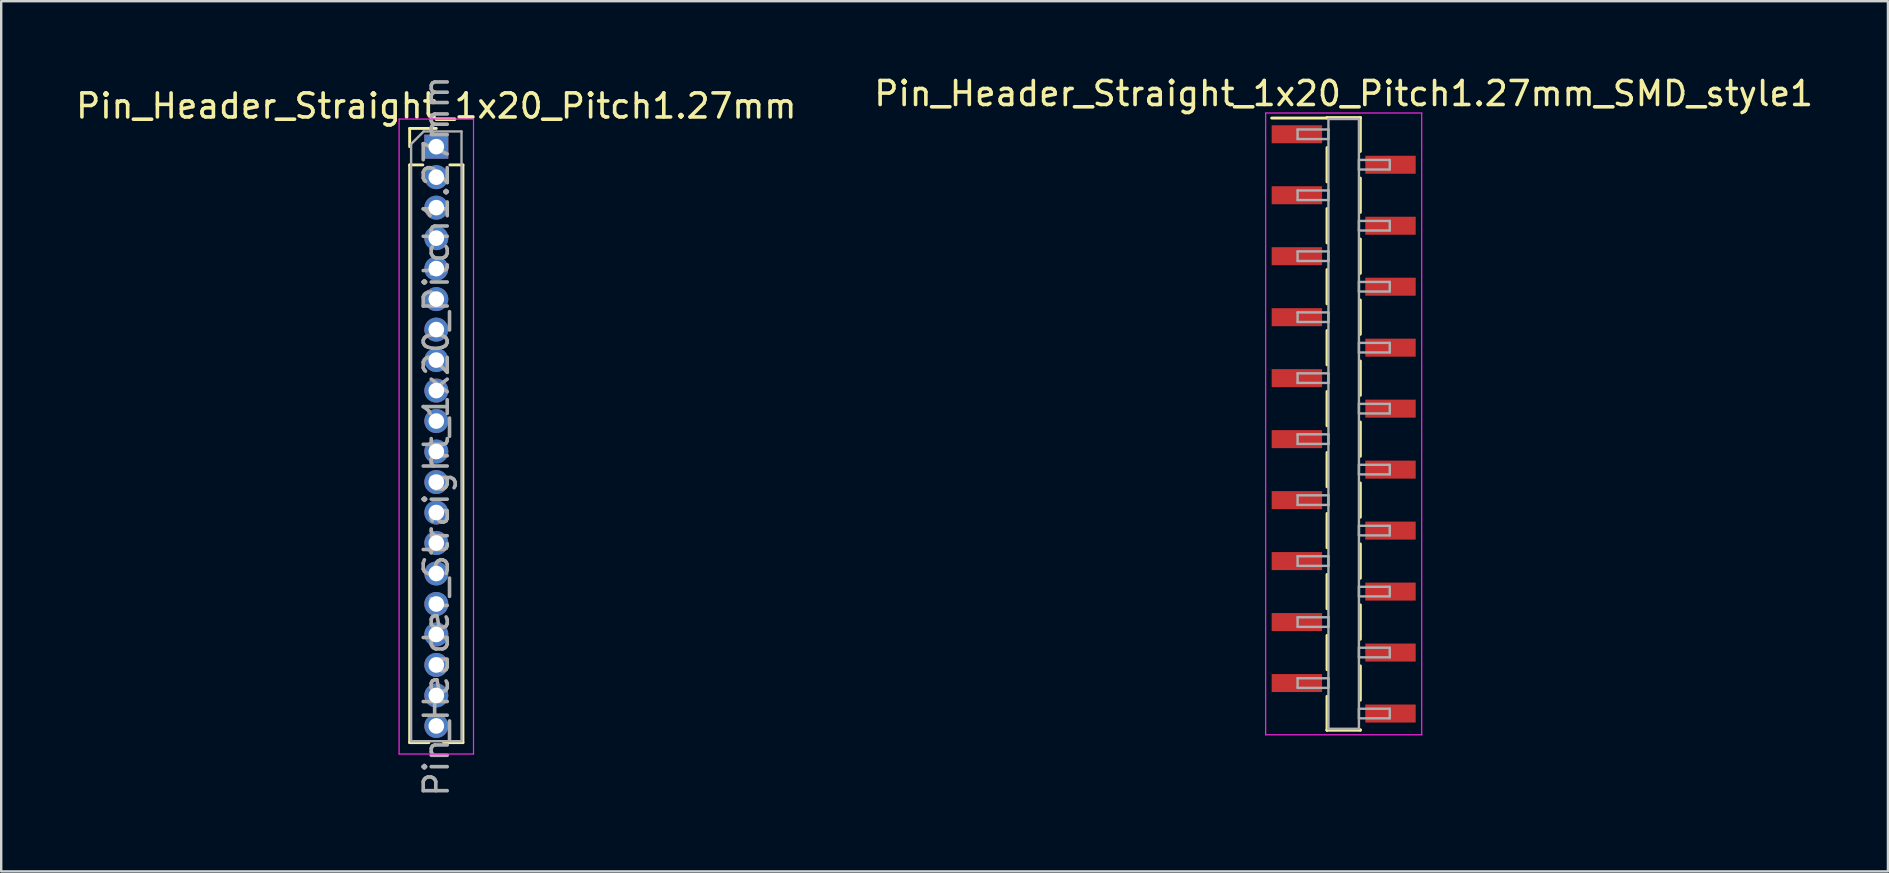
<source format=kicad_pcb>
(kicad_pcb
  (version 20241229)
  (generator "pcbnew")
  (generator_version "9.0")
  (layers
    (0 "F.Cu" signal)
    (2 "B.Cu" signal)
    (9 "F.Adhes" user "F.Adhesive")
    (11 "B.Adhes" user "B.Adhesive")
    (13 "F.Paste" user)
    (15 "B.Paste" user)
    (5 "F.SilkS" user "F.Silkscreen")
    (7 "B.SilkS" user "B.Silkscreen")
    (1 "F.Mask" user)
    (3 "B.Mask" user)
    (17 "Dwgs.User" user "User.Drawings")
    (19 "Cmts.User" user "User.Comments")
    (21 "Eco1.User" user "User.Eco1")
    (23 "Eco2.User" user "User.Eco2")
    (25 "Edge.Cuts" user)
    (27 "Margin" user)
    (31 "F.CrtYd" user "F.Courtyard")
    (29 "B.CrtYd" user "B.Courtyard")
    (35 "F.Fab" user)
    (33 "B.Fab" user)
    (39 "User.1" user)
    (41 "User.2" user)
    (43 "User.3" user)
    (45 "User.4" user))
  (footprint "Pin_Header_Straight_1x20_Pitch1.27mm_SMD_style1"
    (layer "F.Cu")
    (at 52.923 14.608)
    (property "Reference" "Pin_Header_Straight_1x20_Pitch1.27mm_SMD_style1" (at 0 -13.76 0) (layer "F.SilkS") (effects (font (size 1 1) (thickness 0.15))))
    (attr smd)
    (fp_line (start -0.695 -12.76) (end 0.695 -12.76) (stroke (width 0.12) (type solid)) (layer "F.SilkS"))
    (fp_line (start -0.695 -12.74) (end -3 -12.74) (stroke (width 0.12) (type solid)) (layer "F.SilkS"))
    (fp_line (start -0.695 -12.74) (end -0.695 -12.76) (stroke (width 0.12) (type solid)) (layer "F.SilkS"))
    (fp_line (start -0.695 -11.51) (end -0.695 -10.08) (stroke (width 0.12) (type solid)) (layer "F.SilkS"))
    (fp_line (start -0.695 -8.97) (end -0.695 -7.54) (stroke (width 0.12) (type solid)) (layer "F.SilkS"))
    (fp_line (start -0.695 -6.43) (end -0.695 -5) (stroke (width 0.12) (type solid)) (layer "F.SilkS"))
    (fp_line (start -0.695 -3.89) (end -0.695 -2.46) (stroke (width 0.12) (type solid)) (layer "F.SilkS"))
    (fp_line (start -0.695 -1.35) (end -0.695 0.08) (stroke (width 0.12) (type solid)) (layer "F.SilkS"))
    (fp_line (start -0.695 1.19) (end -0.695 2.62) (stroke (width 0.12) (type solid)) (layer "F.SilkS"))
    (fp_line (start -0.695 3.73) (end -0.695 5.16) (stroke (width 0.12) (type solid)) (layer "F.SilkS"))
    (fp_line (start -0.695 6.27) (end -0.695 7.7) (stroke (width 0.12) (type solid)) (layer "F.SilkS"))
    (fp_line (start -0.695 8.81) (end -0.695 10.24) (stroke (width 0.12) (type solid)) (layer "F.SilkS"))
    (fp_line (start -0.695 11.35) (end -0.695 12.76) (stroke (width 0.12) (type solid)) (layer "F.SilkS"))
    (fp_line (start -0.695 12.74) (end -0.695 12.76) (stroke (width 0.12) (type solid)) (layer "F.SilkS"))
    (fp_line (start -0.695 12.76) (end 0.695 12.76) (stroke (width 0.12) (type solid)) (layer "F.SilkS"))
    (fp_line (start 0.695 -12.76) (end 0.695 -12.74) (stroke (width 0.12) (type solid)) (layer "F.SilkS"))
    (fp_line (start 0.695 -12.76) (end 0.695 -11.35) (stroke (width 0.12) (type solid)) (layer "F.SilkS"))
    (fp_line (start 0.695 -10.24) (end 0.695 -8.81) (stroke (width 0.12) (type solid)) (layer "F.SilkS"))
    (fp_line (start 0.695 -7.7) (end 0.695 -6.27) (stroke (width 0.12) (type solid)) (layer "F.SilkS"))
    (fp_line (start 0.695 -5.16) (end 0.695 -3.73) (stroke (width 0.12) (type solid)) (layer "F.SilkS"))
    (fp_line (start 0.695 -2.62) (end 0.695 -1.19) (stroke (width 0.12) (type solid)) (layer "F.SilkS"))
    (fp_line (start 0.695 -0.08) (end 0.695 1.35) (stroke (width 0.12) (type solid)) (layer "F.SilkS"))
    (fp_line (start 0.695 2.46) (end 0.695 3.89) (stroke (width 0.12) (type solid)) (layer "F.SilkS"))
    (fp_line (start 0.695 5) (end 0.695 6.43) (stroke (width 0.12) (type solid)) (layer "F.SilkS"))
    (fp_line (start 0.695 7.54) (end 0.695 8.97) (stroke (width 0.12) (type solid)) (layer "F.SilkS"))
    (fp_line (start 0.695 10.08) (end 0.695 11.51) (stroke (width 0.12) (type solid)) (layer "F.SilkS"))
    (fp_line (start 0.695 12.76) (end 0.695 12.74) (stroke (width 0.12) (type solid)) (layer "F.SilkS"))
    (fp_line (start -3.25 -12.95) (end -3.25 12.95) (stroke (width 0.05) (type solid)) (layer "F.CrtYd"))
    (fp_line (start -3.25 12.95) (end 3.25 12.95) (stroke (width 0.05) (type solid)) (layer "F.CrtYd"))
    (fp_line (start 3.25 -12.95) (end -3.25 -12.95) (stroke (width 0.05) (type solid)) (layer "F.CrtYd"))
    (fp_line (start 3.25 12.95) (end 3.25 -12.95) (stroke (width 0.05) (type solid)) (layer "F.CrtYd"))
    (fp_line (start -1.92 -12.265) (end -0.635 -12.265) (stroke (width 0.1) (type solid)) (layer "F.Fab"))
    (fp_line (start -1.92 -11.865) (end -1.92 -12.265) (stroke (width 0.1) (type solid)) (layer "F.Fab"))
    (fp_line (start -1.92 -9.725) (end -0.635 -9.725) (stroke (width 0.1) (type solid)) (layer "F.Fab"))
    (fp_line (start -1.92 -9.325) (end -1.92 -9.725) (stroke (width 0.1) (type solid)) (layer "F.Fab"))
    (fp_line (start -1.92 -7.185) (end -0.635 -7.185) (stroke (width 0.1) (type solid)) (layer "F.Fab"))
    (fp_line (start -1.92 -6.785) (end -1.92 -7.185) (stroke (width 0.1) (type solid)) (layer "F.Fab"))
    (fp_line (start -1.92 -4.645) (end -0.635 -4.645) (stroke (width 0.1) (type solid)) (layer "F.Fab"))
    (fp_line (start -1.92 -4.245) (end -1.92 -4.645) (stroke (width 0.1) (type solid)) (layer "F.Fab"))
    (fp_line (start -1.92 -2.105) (end -0.635 -2.105) (stroke (width 0.1) (type solid)) (layer "F.Fab"))
    (fp_line (start -1.92 -1.705) (end -1.92 -2.105) (stroke (width 0.1) (type solid)) (layer "F.Fab"))
    (fp_line (start -1.92 0.435) (end -0.635 0.435) (stroke (width 0.1) (type solid)) (layer "F.Fab"))
    (fp_line (start -1.92 0.835) (end -1.92 0.435) (stroke (width 0.1) (type solid)) (layer "F.Fab"))
    (fp_line (start -1.92 2.975) (end -0.635 2.975) (stroke (width 0.1) (type solid)) (layer "F.Fab"))
    (fp_line (start -1.92 3.375) (end -1.92 2.975) (stroke (width 0.1) (type solid)) (layer "F.Fab"))
    (fp_line (start -1.92 5.515) (end -0.635 5.515) (stroke (width 0.1) (type solid)) (layer "F.Fab"))
    (fp_line (start -1.92 5.915) (end -1.92 5.515) (stroke (width 0.1) (type solid)) (layer "F.Fab"))
    (fp_line (start -1.92 8.055) (end -0.635 8.055) (stroke (width 0.1) (type solid)) (layer "F.Fab"))
    (fp_line (start -1.92 8.455) (end -1.92 8.055) (stroke (width 0.1) (type solid)) (layer "F.Fab"))
    (fp_line (start -1.92 10.595) (end -0.635 10.595) (stroke (width 0.1) (type solid)) (layer "F.Fab"))
    (fp_line (start -1.92 10.995) (end -1.92 10.595) (stroke (width 0.1) (type solid)) (layer "F.Fab"))
    (fp_line (start -0.635 -12.7) (end -0.635 12.7) (stroke (width 0.1) (type solid)) (layer "F.Fab"))
    (fp_line (start -0.635 -12.265) (end -0.635 -11.865) (stroke (width 0.1) (type solid)) (layer "F.Fab"))
    (fp_line (start -0.635 -11.865) (end -1.92 -11.865) (stroke (width 0.1) (type solid)) (layer "F.Fab"))
    (fp_line (start -0.635 -9.725) (end -0.635 -9.325) (stroke (width 0.1) (type solid)) (layer "F.Fab"))
    (fp_line (start -0.635 -9.325) (end -1.92 -9.325) (stroke (width 0.1) (type solid)) (layer "F.Fab"))
    (fp_line (start -0.635 -7.185) (end -0.635 -6.785) (stroke (width 0.1) (type solid)) (layer "F.Fab"))
    (fp_line (start -0.635 -6.785) (end -1.92 -6.785) (stroke (width 0.1) (type solid)) (layer "F.Fab"))
    (fp_line (start -0.635 -4.645) (end -0.635 -4.245) (stroke (width 0.1) (type solid)) (layer "F.Fab"))
    (fp_line (start -0.635 -4.245) (end -1.92 -4.245) (stroke (width 0.1) (type solid)) (layer "F.Fab"))
    (fp_line (start -0.635 -2.105) (end -0.635 -1.705) (stroke (width 0.1) (type solid)) (layer "F.Fab"))
    (fp_line (start -0.635 -1.705) (end -1.92 -1.705) (stroke (width 0.1) (type solid)) (layer "F.Fab"))
    (fp_line (start -0.635 0.435) (end -0.635 0.835) (stroke (width 0.1) (type solid)) (layer "F.Fab"))
    (fp_line (start -0.635 0.835) (end -1.92 0.835) (stroke (width 0.1) (type solid)) (layer "F.Fab"))
    (fp_line (start -0.635 2.975) (end -0.635 3.375) (stroke (width 0.1) (type solid)) (layer "F.Fab"))
    (fp_line (start -0.635 3.375) (end -1.92 3.375) (stroke (width 0.1) (type solid)) (layer "F.Fab"))
    (fp_line (start -0.635 5.515) (end -0.635 5.915) (stroke (width 0.1) (type solid)) (layer "F.Fab"))
    (fp_line (start -0.635 5.915) (end -1.92 5.915) (stroke (width 0.1) (type solid)) (layer "F.Fab"))
    (fp_line (start -0.635 8.055) (end -0.635 8.455) (stroke (width 0.1) (type solid)) (layer "F.Fab"))
    (fp_line (start -0.635 8.455) (end -1.92 8.455) (stroke (width 0.1) (type solid)) (layer "F.Fab"))
    (fp_line (start -0.635 10.595) (end -0.635 10.995) (stroke (width 0.1) (type solid)) (layer "F.Fab"))
    (fp_line (start -0.635 10.995) (end -1.92 10.995) (stroke (width 0.1) (type solid)) (layer "F.Fab"))
    (fp_line (start -0.635 12.7) (end 0.635 12.7) (stroke (width 0.1) (type solid)) (layer "F.Fab"))
    (fp_line (start 0.635 -12.7) (end -0.635 -12.7) (stroke (width 0.1) (type solid)) (layer "F.Fab"))
    (fp_line (start 0.635 -10.995) (end 0.635 -10.595) (stroke (width 0.1) (type solid)) (layer "F.Fab"))
    (fp_line (start 0.635 -10.595) (end 1.92 -10.595) (stroke (width 0.1) (type solid)) (layer "F.Fab"))
    (fp_line (start 0.635 -8.455) (end 0.635 -8.055) (stroke (width 0.1) (type solid)) (layer "F.Fab"))
    (fp_line (start 0.635 -8.055) (end 1.92 -8.055) (stroke (width 0.1) (type solid)) (layer "F.Fab"))
    (fp_line (start 0.635 -5.915) (end 0.635 -5.515) (stroke (width 0.1) (type solid)) (layer "F.Fab"))
    (fp_line (start 0.635 -5.515) (end 1.92 -5.515) (stroke (width 0.1) (type solid)) (layer "F.Fab"))
    (fp_line (start 0.635 -3.375) (end 0.635 -2.975) (stroke (width 0.1) (type solid)) (layer "F.Fab"))
    (fp_line (start 0.635 -2.975) (end 1.92 -2.975) (stroke (width 0.1) (type solid)) (layer "F.Fab"))
    (fp_line (start 0.635 -0.835) (end 0.635 -0.435) (stroke (width 0.1) (type solid)) (layer "F.Fab"))
    (fp_line (start 0.635 -0.435) (end 1.92 -0.435) (stroke (width 0.1) (type solid)) (layer "F.Fab"))
    (fp_line (start 0.635 1.705) (end 0.635 2.105) (stroke (width 0.1) (type solid)) (layer "F.Fab"))
    (fp_line (start 0.635 2.105) (end 1.92 2.105) (stroke (width 0.1) (type solid)) (layer "F.Fab"))
    (fp_line (start 0.635 4.245) (end 0.635 4.645) (stroke (width 0.1) (type solid)) (layer "F.Fab"))
    (fp_line (start 0.635 4.645) (end 1.92 4.645) (stroke (width 0.1) (type solid)) (layer "F.Fab"))
    (fp_line (start 0.635 6.785) (end 0.635 7.185) (stroke (width 0.1) (type solid)) (layer "F.Fab"))
    (fp_line (start 0.635 7.185) (end 1.92 7.185) (stroke (width 0.1) (type solid)) (layer "F.Fab"))
    (fp_line (start 0.635 9.325) (end 0.635 9.725) (stroke (width 0.1) (type solid)) (layer "F.Fab"))
    (fp_line (start 0.635 9.725) (end 1.92 9.725) (stroke (width 0.1) (type solid)) (layer "F.Fab"))
    (fp_line (start 0.635 11.865) (end 0.635 12.265) (stroke (width 0.1) (type solid)) (layer "F.Fab"))
    (fp_line (start 0.635 12.265) (end 1.92 12.265) (stroke (width 0.1) (type solid)) (layer "F.Fab"))
    (fp_line (start 0.635 12.7) (end 0.635 -12.7) (stroke (width 0.1) (type solid)) (layer "F.Fab"))
    (fp_line (start 1.92 -10.995) (end 0.635 -10.995) (stroke (width 0.1) (type solid)) (layer "F.Fab"))
    (fp_line (start 1.92 -10.595) (end 1.92 -10.995) (stroke (width 0.1) (type solid)) (layer "F.Fab"))
    (fp_line (start 1.92 -8.455) (end 0.635 -8.455) (stroke (width 0.1) (type solid)) (layer "F.Fab"))
    (fp_line (start 1.92 -8.055) (end 1.92 -8.455) (stroke (width 0.1) (type solid)) (layer "F.Fab"))
    (fp_line (start 1.92 -5.915) (end 0.635 -5.915) (stroke (width 0.1) (type solid)) (layer "F.Fab"))
    (fp_line (start 1.92 -5.515) (end 1.92 -5.915) (stroke (width 0.1) (type solid)) (layer "F.Fab"))
    (fp_line (start 1.92 -3.375) (end 0.635 -3.375) (stroke (width 0.1) (type solid)) (layer "F.Fab"))
    (fp_line (start 1.92 -2.975) (end 1.92 -3.375) (stroke (width 0.1) (type solid)) (layer "F.Fab"))
    (fp_line (start 1.92 -0.835) (end 0.635 -0.835) (stroke (width 0.1) (type solid)) (layer "F.Fab"))
    (fp_line (start 1.92 -0.435) (end 1.92 -0.835) (stroke (width 0.1) (type solid)) (layer "F.Fab"))
    (fp_line (start 1.92 1.705) (end 0.635 1.705) (stroke (width 0.1) (type solid)) (layer "F.Fab"))
    (fp_line (start 1.92 2.105) (end 1.92 1.705) (stroke (width 0.1) (type solid)) (layer "F.Fab"))
    (fp_line (start 1.92 4.245) (end 0.635 4.245) (stroke (width 0.1) (type solid)) (layer "F.Fab"))
    (fp_line (start 1.92 4.645) (end 1.92 4.245) (stroke (width 0.1) (type solid)) (layer "F.Fab"))
    (fp_line (start 1.92 6.785) (end 0.635 6.785) (stroke (width 0.1) (type solid)) (layer "F.Fab"))
    (fp_line (start 1.92 7.185) (end 1.92 6.785) (stroke (width 0.1) (type solid)) (layer "F.Fab"))
    (fp_line (start 1.92 9.325) (end 0.635 9.325) (stroke (width 0.1) (type solid)) (layer "F.Fab"))
    (fp_line (start 1.92 9.725) (end 1.92 9.325) (stroke (width 0.1) (type solid)) (layer "F.Fab"))
    (fp_line (start 1.92 11.865) (end 0.635 11.865) (stroke (width 0.1) (type solid)) (layer "F.Fab"))
    (fp_line (start 1.92 12.265) (end 1.92 11.865) (stroke (width 0.1) (type solid)) (layer "F.Fab"))
    (pad "1" smd rect (at -1.95 -12.065) (size 2.1 0.75) (layers "F.Cu" "F.Mask"))
    (pad "2" smd rect (at 1.95 -10.795) (size 2.1 0.75) (layers "F.Cu" "F.Mask"))
    (pad "3" smd rect (at -1.95 -9.525) (size 2.1 0.75) (layers "F.Cu" "F.Mask"))
    (pad "4" smd rect (at 1.95 -8.255) (size 2.1 0.75) (layers "F.Cu" "F.Mask"))
    (pad "5" smd rect (at -1.95 -6.985) (size 2.1 0.75) (layers "F.Cu" "F.Mask"))
    (pad "6" smd rect (at 1.95 -5.715) (size 2.1 0.75) (layers "F.Cu" "F.Mask"))
    (pad "7" smd rect (at -1.95 -4.445) (size 2.1 0.75) (layers "F.Cu" "F.Mask"))
    (pad "8" smd rect (at 1.95 -3.175) (size 2.1 0.75) (layers "F.Cu" "F.Mask"))
    (pad "9" smd rect (at -1.95 -1.905) (size 2.1 0.75) (layers "F.Cu" "F.Mask"))
    (pad "10" smd rect (at 1.95 -0.635) (size 2.1 0.75) (layers "F.Cu" "F.Mask"))
    (pad "11" smd rect (at -1.95 0.635) (size 2.1 0.75) (layers "F.Cu" "F.Mask"))
    (pad "12" smd rect (at 1.95 1.905) (size 2.1 0.75) (layers "F.Cu" "F.Mask"))
    (pad "13" smd rect (at -1.95 3.175) (size 2.1 0.75) (layers "F.Cu" "F.Mask"))
    (pad "14" smd rect (at 1.95 4.445) (size 2.1 0.75) (layers "F.Cu" "F.Mask"))
    (pad "15" smd rect (at -1.95 5.715) (size 2.1 0.75) (layers "F.Cu" "F.Mask"))
    (pad "16" smd rect (at 1.95 6.985) (size 2.1 0.75) (layers "F.Cu" "F.Mask"))
    (pad "17" smd rect (at -1.95 8.255) (size 2.1 0.75) (layers "F.Cu" "F.Mask"))
    (pad "18" smd rect (at 1.95 9.525) (size 2.1 0.75) (layers "F.Cu" "F.Mask"))
    (pad "19" smd rect (at -1.95 10.795) (size 2.1 0.75) (layers "F.Cu" "F.Mask"))
    (pad "20" smd rect (at 1.95 12.065) (size 2.1 0.75) (layers "F.Cu" "F.Mask")))
  (footprint "Pin_Header_Straight_1x20_Pitch1.27mm"
    (layer "F.Cu")
    (at 15.125 3.06)
    (property "Reference" "Pin_Header_Straight_1x20_Pitch1.27mm" (at 0 -1.695 0) (layer "F.SilkS") (effects (font (size 1 1) (thickness 0.15))))
    (attr through_hole)
    (fp_line (start -1.11 -0.76) (end 0 -0.76) (stroke (width 0.12) (type solid)) (layer "F.SilkS"))
    (fp_line (start -1.11 0) (end -1.11 -0.76) (stroke (width 0.12) (type solid)) (layer "F.SilkS"))
    (fp_line (start -1.11 0.76) (end -1.11 24.825) (stroke (width 0.12) (type solid)) (layer "F.SilkS"))
    (fp_line (start -1.11 0.76) (end -0.563 0.76) (stroke (width 0.12) (type solid)) (layer "F.SilkS"))
    (fp_line (start -1.11 24.825) (end -0.308 24.825) (stroke (width 0.12) (type solid)) (layer "F.SilkS"))
    (fp_line (start 0.308 24.825) (end 1.11 24.825) (stroke (width 0.12) (type solid)) (layer "F.SilkS"))
    (fp_line (start 0.563 0.76) (end 1.11 0.76) (stroke (width 0.12) (type solid)) (layer "F.SilkS"))
    (fp_line (start 1.11 0.76) (end 1.11 24.825) (stroke (width 0.12) (type solid)) (layer "F.SilkS"))
    (fp_line (start -1.55 -1.15) (end -1.55 25.3) (stroke (width 0.05) (type solid)) (layer "F.CrtYd"))
    (fp_line (start -1.55 25.3) (end 1.55 25.3) (stroke (width 0.05) (type solid)) (layer "F.CrtYd"))
    (fp_line (start 1.55 -1.15) (end -1.55 -1.15) (stroke (width 0.05) (type solid)) (layer "F.CrtYd"))
    (fp_line (start 1.55 25.3) (end 1.55 -1.15) (stroke (width 0.05) (type solid)) (layer "F.CrtYd"))
    (fp_line (start -1.05 -0.11) (end -0.525 -0.635) (stroke (width 0.1) (type solid)) (layer "F.Fab"))
    (fp_line (start -1.05 24.765) (end -1.05 -0.11) (stroke (width 0.1) (type solid)) (layer "F.Fab"))
    (fp_line (start -0.525 -0.635) (end 1.05 -0.635) (stroke (width 0.1) (type solid)) (layer "F.Fab"))
    (fp_line (start 1.05 -0.635) (end 1.05 24.765) (stroke (width 0.1) (type solid)) (layer "F.Fab"))
    (fp_line (start 1.05 24.765) (end -1.05 24.765) (stroke (width 0.1) (type solid)) (layer "F.Fab"))
    (fp_text user "${REFERENCE}" (at 0 12.065 90) (layer "F.Fab") (effects (font (size 1 1) (thickness 0.15))))
    (pad "1" thru_hole rect (at 0 0) (size 1 1) (drill 0.65) (layers "*.Cu" "*.Mask"))
    (pad "2" thru_hole oval (at 0 1.27) (size 1 1) (drill 0.65) (layers "*.Cu" "*.Mask"))
    (pad "3" thru_hole oval (at 0 2.54) (size 1 1) (drill 0.65) (layers "*.Cu" "*.Mask"))
    (pad "4" thru_hole oval (at 0 3.81) (size 1 1) (drill 0.65) (layers "*.Cu" "*.Mask"))
    (pad "5" thru_hole oval (at 0 5.08) (size 1 1) (drill 0.65) (layers "*.Cu" "*.Mask"))
    (pad "6" thru_hole oval (at 0 6.35) (size 1 1) (drill 0.65) (layers "*.Cu" "*.Mask"))
    (pad "7" thru_hole oval (at 0 7.62) (size 1 1) (drill 0.65) (layers "*.Cu" "*.Mask"))
    (pad "8" thru_hole oval (at 0 8.89) (size 1 1) (drill 0.65) (layers "*.Cu" "*.Mask"))
    (pad "9" thru_hole oval (at 0 10.16) (size 1 1) (drill 0.65) (layers "*.Cu" "*.Mask"))
    (pad "10" thru_hole oval (at 0 11.43) (size 1 1) (drill 0.65) (layers "*.Cu" "*.Mask"))
    (pad "11" thru_hole oval (at 0 12.7) (size 1 1) (drill 0.65) (layers "*.Cu" "*.Mask"))
    (pad "12" thru_hole oval (at 0 13.97) (size 1 1) (drill 0.65) (layers "*.Cu" "*.Mask"))
    (pad "13" thru_hole oval (at 0 15.24) (size 1 1) (drill 0.65) (layers "*.Cu" "*.Mask"))
    (pad "14" thru_hole oval (at 0 16.51) (size 1 1) (drill 0.65) (layers "*.Cu" "*.Mask"))
    (pad "15" thru_hole oval (at 0 17.78) (size 1 1) (drill 0.65) (layers "*.Cu" "*.Mask"))
    (pad "16" thru_hole oval (at 0 19.05) (size 1 1) (drill 0.65) (layers "*.Cu" "*.Mask"))
    (pad "17" thru_hole oval (at 0 20.32) (size 1 1) (drill 0.65) (layers "*.Cu" "*.Mask"))
    (pad "18" thru_hole oval (at 0 21.59) (size 1 1) (drill 0.65) (layers "*.Cu" "*.Mask"))
    (pad "19" thru_hole oval (at 0 22.86) (size 1 1) (drill 0.65) (layers "*.Cu" "*.Mask"))
    (pad "20" thru_hole oval (at 0 24.13) (size 1 1) (drill 0.65) (layers "*.Cu" "*.Mask")))
  (gr_rect
    (start -3 -3)
    (end 75.595 33.25)
    (stroke (width 0.1) (type default))
    (fill no)
    (layer "Edge.Cuts")))
</source>
